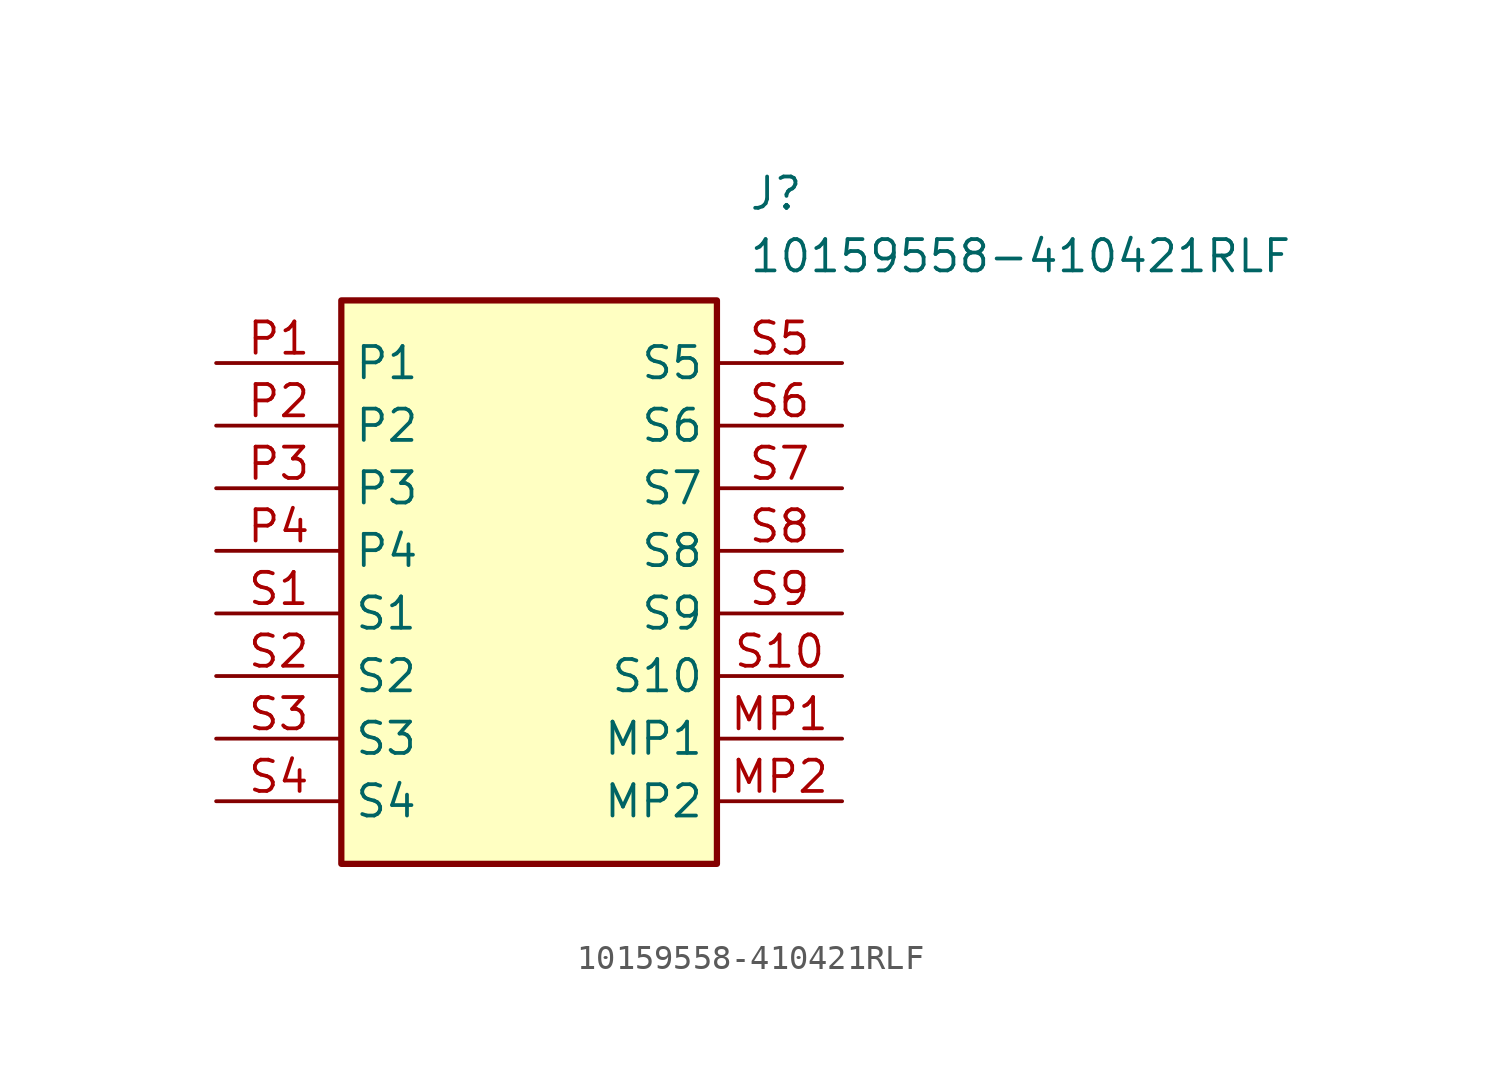
<source format=kicad_sym>
(kicad_symbol_lib
  (version 20211014)
  (generator SamacSys_ECAD_Model)
  (symbol "10159558-410421RLF"
    (property "Reference" "J"
      (at 21.59 7.62 0)
      (effects (font (size 1.27 1.27)) (justify left top)))
    (property "Value" "10159558-410421RLF"
      (at 21.59 5.08 0)
      (effects (font (size 1.27 1.27)) (justify left top)))
    (rectangle
      (start 5.08 2.54)
      (end 20.32 -20.32)
      (stroke (width 0.254) (type default))
      (fill (type background)))
    (pin passive line
      (at 0 0 0)
      (length 5.08)
      (name "P1" (effects (font (size 1.27 1.27))))
      (number "P1" (effects (font (size 1.27 1.27)))))
    (pin passive line
      (at 0 -2.54 0)
      (length 5.08)
      (name "P2" (effects (font (size 1.27 1.27))))
      (number "P2" (effects (font (size 1.27 1.27)))))
    (pin passive line
      (at 0 -5.08 0)
      (length 5.08)
      (name "P3" (effects (font (size 1.27 1.27))))
      (number "P3" (effects (font (size 1.27 1.27)))))
    (pin passive line
      (at 0 -7.62 0)
      (length 5.08)
      (name "P4" (effects (font (size 1.27 1.27))))
      (number "P4" (effects (font (size 1.27 1.27)))))
    (pin passive line
      (at 0 -10.16 0)
      (length 5.08)
      (name "S1" (effects (font (size 1.27 1.27))))
      (number "S1" (effects (font (size 1.27 1.27)))))
    (pin passive line
      (at 0 -12.7 0)
      (length 5.08)
      (name "S2" (effects (font (size 1.27 1.27))))
      (number "S2" (effects (font (size 1.27 1.27)))))
    (pin passive line
      (at 0 -15.24 0)
      (length 5.08)
      (name "S3" (effects (font (size 1.27 1.27))))
      (number "S3" (effects (font (size 1.27 1.27)))))
    (pin passive line
      (at 0 -17.78 0)
      (length 5.08)
      (name "S4" (effects (font (size 1.27 1.27))))
      (number "S4" (effects (font (size 1.27 1.27)))))
    (pin passive line
      (at 25.4 0 180)
      (length 5.08)
      (name "S5" (effects (font (size 1.27 1.27))))
      (number "S5" (effects (font (size 1.27 1.27)))))
    (pin passive line
      (at 25.4 -2.54 180)
      (length 5.08)
      (name "S6" (effects (font (size 1.27 1.27))))
      (number "S6" (effects (font (size 1.27 1.27)))))
    (pin passive line
      (at 25.4 -5.08 180)
      (length 5.08)
      (name "S7" (effects (font (size 1.27 1.27))))
      (number "S7" (effects (font (size 1.27 1.27)))))
    (pin passive line
      (at 25.4 -7.62 180)
      (length 5.08)
      (name "S8" (effects (font (size 1.27 1.27))))
      (number "S8" (effects (font (size 1.27 1.27)))))
    (pin passive line
      (at 25.4 -10.16 180)
      (length 5.08)
      (name "S9" (effects (font (size 1.27 1.27))))
      (number "S9" (effects (font (size 1.27 1.27)))))
    (pin passive line
      (at 25.4 -12.7 180)
      (length 5.08)
      (name "S10" (effects (font (size 1.27 1.27))))
      (number "S10" (effects (font (size 1.27 1.27)))))
    (pin passive line
      (at 25.4 -15.24 180)
      (length 5.08)
      (name "MP1" (effects (font (size 1.27 1.27))))
      (number "MP1" (effects (font (size 1.27 1.27)))))
    (pin passive line
      (at 25.4 -17.78 180)
      (length 5.08)
      (name "MP2" (effects (font (size 1.27 1.27))))
      (number "MP2" (effects (font (size 1.27 1.27)))))))
</source>
